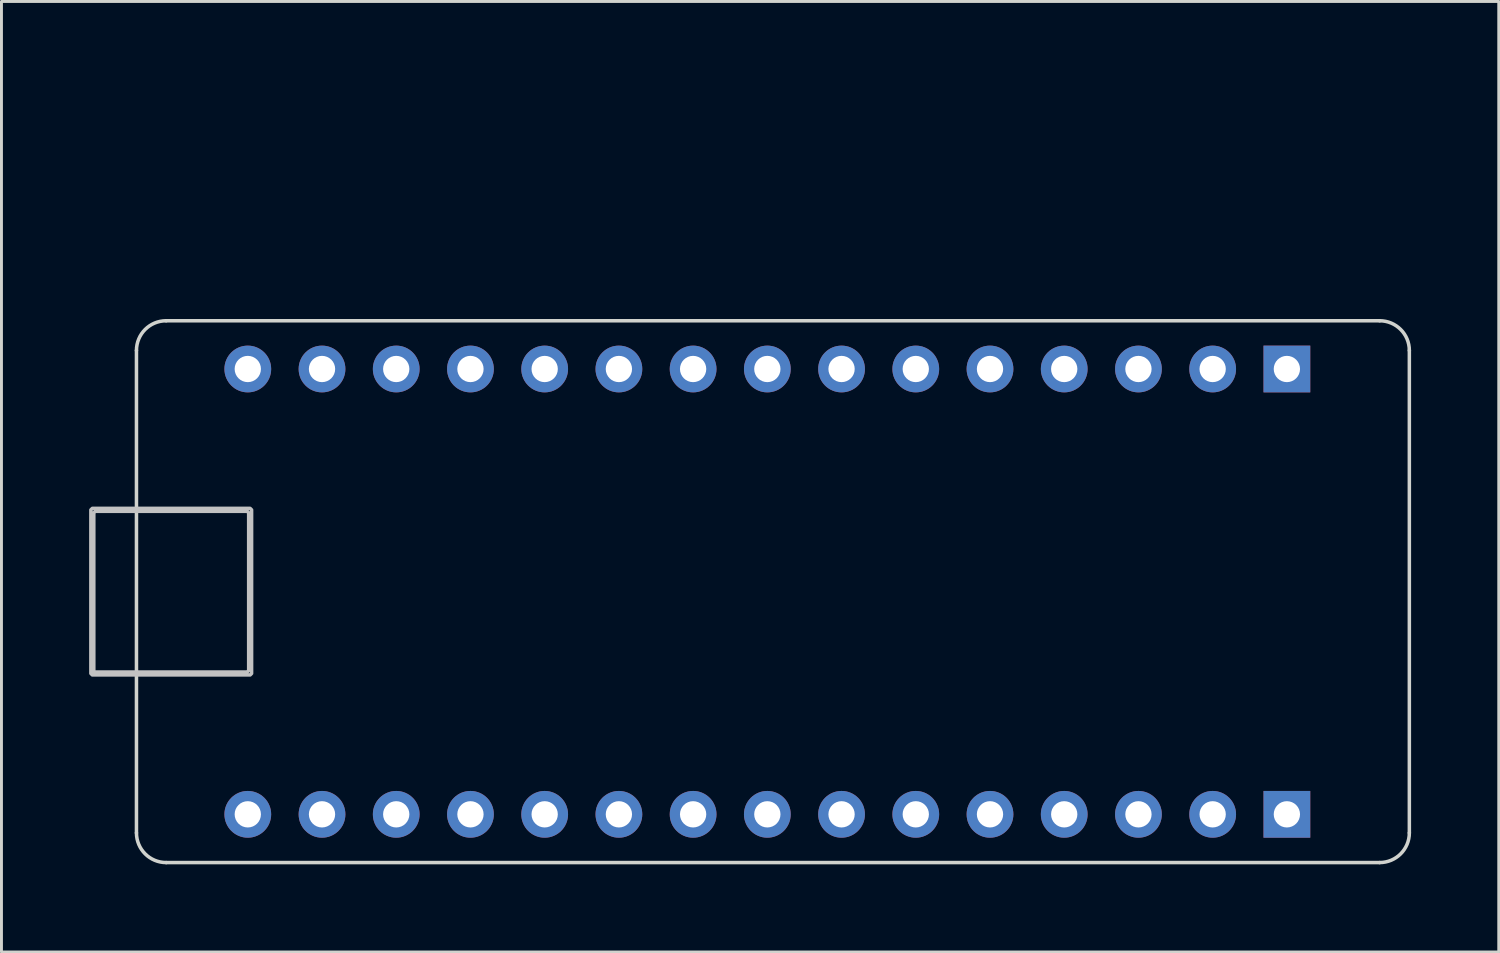
<source format=kicad_pcb>
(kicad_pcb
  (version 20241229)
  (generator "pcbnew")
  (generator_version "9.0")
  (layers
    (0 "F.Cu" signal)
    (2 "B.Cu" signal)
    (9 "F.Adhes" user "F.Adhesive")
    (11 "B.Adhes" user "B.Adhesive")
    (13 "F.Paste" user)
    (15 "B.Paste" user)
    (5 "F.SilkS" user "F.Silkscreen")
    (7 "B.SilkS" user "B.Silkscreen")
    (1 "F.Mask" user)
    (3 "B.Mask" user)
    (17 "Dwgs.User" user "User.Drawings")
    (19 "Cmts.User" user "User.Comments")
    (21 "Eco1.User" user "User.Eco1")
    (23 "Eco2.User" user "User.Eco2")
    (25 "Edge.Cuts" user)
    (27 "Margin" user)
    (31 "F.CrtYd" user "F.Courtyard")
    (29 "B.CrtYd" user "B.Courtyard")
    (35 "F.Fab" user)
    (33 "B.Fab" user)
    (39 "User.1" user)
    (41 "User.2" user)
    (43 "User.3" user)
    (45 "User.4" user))
  (footprint "Arduino Nano"
    (layer "F.Cu")
    (at 1.62 26.088)
    (property "Reference" "Arduino Nano" (at 19.98 -25.24 0) (layer "Eco2.User") (effects (font (size 1 1) (thickness 0.15)) (justify left)))
    (attr through_hole)
    (fp_poly (pts (xy -0.06 -11.74) (xy -1.51 -11.74) (xy -1.56 -11.69) (xy -1.56 -6.09) (xy -1.51 -6.04) (xy 3.89 -6.04) (xy 3.94 -6.09) (xy 3.94 -11.69) (xy 3.89 -11.74) (xy -0.01 -11.74) (xy -0.01 -11.64) (xy 3.79 -11.64) (xy 3.84 -11.59) (xy 3.84 -6.19) (xy 3.79 -6.14) (xy -1.46 -6.14) (xy -1.46 -11.59) (xy -1.41 -11.64) (xy -0.06 -11.64)) (stroke (width 0.12) (type solid)) (fill no) (layer "Dwgs.User"))
    (fp_line (start 2.54 -17.145) (end 2.54 -15.875) (stroke (width 0.152) (type solid)) (layer "Eco1.User"))
    (fp_line (start 2.54 -15.875) (end 3.175 -15.24) (stroke (width 0.152) (type solid)) (layer "Eco1.User"))
    (fp_line (start 2.54 -1.905) (end 2.54 -0.635) (stroke (width 0.152) (type solid)) (layer "Eco1.User"))
    (fp_line (start 2.54 -1.905) (end 2.54 -0.635) (stroke (width 0.152) (type solid)) (layer "Eco1.User"))
    (fp_line (start 2.54 -0.635) (end 3.175 0) (stroke (width 0.152) (type solid)) (layer "Eco1.User"))
    (fp_line (start 2.54 -0.635) (end 3.175 0) (stroke (width 0.152) (type solid)) (layer "Eco1.User"))
    (fp_line (start 3.175 -17.78) (end 2.54 -17.145) (stroke (width 0.152) (type solid)) (layer "Eco1.User"))
    (fp_line (start 3.175 -15.24) (end 4.445 -15.24) (stroke (width 0.152) (type solid)) (layer "Eco1.User"))
    (fp_line (start 3.175 -2.54) (end 2.54 -1.905) (stroke (width 0.152) (type solid)) (layer "Eco1.User"))
    (fp_line (start 3.175 -2.54) (end 2.54 -1.905) (stroke (width 0.152) (type solid)) (layer "Eco1.User"))
    (fp_line (start 3.175 0) (end 4.445 0) (stroke (width 0.152) (type solid)) (layer "Eco1.User"))
    (fp_line (start 4.445 -17.78) (end 3.175 -17.78) (stroke (width 0.152) (type solid)) (layer "Eco1.User"))
    (fp_line (start 4.445 -15.24) (end 5.08 -15.875) (stroke (width 0.152) (type solid)) (layer "Eco1.User"))
    (fp_line (start 4.445 -2.54) (end 3.175 -2.54) (stroke (width 0.152) (type solid)) (layer "Eco1.User"))
    (fp_line (start 4.445 0) (end 5.08 -0.635) (stroke (width 0.152) (type solid)) (layer "Eco1.User"))
    (fp_line (start 5.08 -17.145) (end 4.445 -17.78) (stroke (width 0.152) (type solid)) (layer "Eco1.User"))
    (fp_line (start 5.08 -15.875) (end 5.715 -15.24) (stroke (width 0.152) (type solid)) (layer "Eco1.User"))
    (fp_line (start 5.08 -1.905) (end 4.445 -2.54) (stroke (width 0.152) (type solid)) (layer "Eco1.User"))
    (fp_line (start 5.08 -1.905) (end 4.445 -2.54) (stroke (width 0.152) (type solid)) (layer "Eco1.User"))
    (fp_line (start 5.08 -0.635) (end 5.715 0) (stroke (width 0.152) (type solid)) (layer "Eco1.User"))
    (fp_line (start 5.715 -17.78) (end 5.08 -17.145) (stroke (width 0.152) (type solid)) (layer "Eco1.User"))
    (fp_line (start 5.715 -15.24) (end 6.985 -15.24) (stroke (width 0.152) (type solid)) (layer "Eco1.User"))
    (fp_line (start 5.715 -2.54) (end 5.08 -1.905) (stroke (width 0.152) (type solid)) (layer "Eco1.User"))
    (fp_line (start 5.715 -2.54) (end 5.08 -1.905) (stroke (width 0.152) (type solid)) (layer "Eco1.User"))
    (fp_line (start 5.715 0) (end 6.985 0) (stroke (width 0.152) (type solid)) (layer "Eco1.User"))
    (fp_line (start 6.985 -17.78) (end 5.715 -17.78) (stroke (width 0.152) (type solid)) (layer "Eco1.User"))
    (fp_line (start 6.985 -15.24) (end 7.62 -15.875) (stroke (width 0.152) (type solid)) (layer "Eco1.User"))
    (fp_line (start 6.985 -2.54) (end 5.715 -2.54) (stroke (width 0.152) (type solid)) (layer "Eco1.User"))
    (fp_line (start 6.985 0) (end 7.62 -0.635) (stroke (width 0.152) (type solid)) (layer "Eco1.User"))
    (fp_line (start 7.62 -17.145) (end 6.985 -17.78) (stroke (width 0.152) (type solid)) (layer "Eco1.User"))
    (fp_line (start 7.62 -15.875) (end 8.255 -15.24) (stroke (width 0.152) (type solid)) (layer "Eco1.User"))
    (fp_line (start 7.62 -1.905) (end 6.985 -2.54) (stroke (width 0.152) (type solid)) (layer "Eco1.User"))
    (fp_line (start 7.62 -1.905) (end 6.985 -2.54) (stroke (width 0.152) (type solid)) (layer "Eco1.User"))
    (fp_line (start 7.62 -0.635) (end 8.255 0) (stroke (width 0.152) (type solid)) (layer "Eco1.User"))
    (fp_line (start 8.255 -17.78) (end 7.62 -17.145) (stroke (width 0.152) (type solid)) (layer "Eco1.User"))
    (fp_line (start 8.255 -15.24) (end 9.525 -15.24) (stroke (width 0.152) (type solid)) (layer "Eco1.User"))
    (fp_line (start 8.255 -2.54) (end 7.62 -1.905) (stroke (width 0.152) (type solid)) (layer "Eco1.User"))
    (fp_line (start 8.255 -2.54) (end 7.62 -1.905) (stroke (width 0.152) (type solid)) (layer "Eco1.User"))
    (fp_line (start 8.255 0) (end 9.525 0) (stroke (width 0.152) (type solid)) (layer "Eco1.User"))
    (fp_line (start 9.525 -17.78) (end 8.255 -17.78) (stroke (width 0.152) (type solid)) (layer "Eco1.User"))
    (fp_line (start 9.525 -15.24) (end 10.161 -15.875) (stroke (width 0.152) (type solid)) (layer "Eco1.User"))
    (fp_line (start 9.525 -2.54) (end 8.255 -2.54) (stroke (width 0.152) (type solid)) (layer "Eco1.User"))
    (fp_line (start 9.525 0) (end 10.16 -0.635) (stroke (width 0.152) (type solid)) (layer "Eco1.User"))
    (fp_line (start 10.16 -1.905) (end 9.525 -2.54) (stroke (width 0.152) (type solid)) (layer "Eco1.User"))
    (fp_line (start 10.16 -1.905) (end 9.525 -2.54) (stroke (width 0.152) (type solid)) (layer "Eco1.User"))
    (fp_line (start 10.16 -0.635) (end 10.794 0) (stroke (width 0.152) (type solid)) (layer "Eco1.User"))
    (fp_line (start 10.161 -17.145) (end 9.525 -17.78) (stroke (width 0.152) (type solid)) (layer "Eco1.User"))
    (fp_line (start 10.161 -15.875) (end 10.796 -15.24) (stroke (width 0.152) (type solid)) (layer "Eco1.User"))
    (fp_line (start 10.794 -2.54) (end 10.16 -1.905) (stroke (width 0.152) (type solid)) (layer "Eco1.User"))
    (fp_line (start 10.794 -2.54) (end 10.16 -1.905) (stroke (width 0.152) (type solid)) (layer "Eco1.User"))
    (fp_line (start 10.795 0) (end 12.065 0) (stroke (width 0.152) (type solid)) (layer "Eco1.User"))
    (fp_line (start 10.796 -17.78) (end 10.161 -17.145) (stroke (width 0.152) (type solid)) (layer "Eco1.User"))
    (fp_line (start 10.796 -15.24) (end 12.066 -15.24) (stroke (width 0.152) (type solid)) (layer "Eco1.User"))
    (fp_line (start 12.064 -2.54) (end 10.794 -2.54) (stroke (width 0.152) (type solid)) (layer "Eco1.User"))
    (fp_line (start 12.064 0) (end 12.699 -0.635) (stroke (width 0.152) (type solid)) (layer "Eco1.User"))
    (fp_line (start 12.065 -17.78) (end 10.795 -17.78) (stroke (width 0.152) (type solid)) (layer "Eco1.User"))
    (fp_line (start 12.066 -15.24) (end 12.701 -15.875) (stroke (width 0.152) (type solid)) (layer "Eco1.User"))
    (fp_line (start 12.699 -1.905) (end 12.064 -2.54) (stroke (width 0.152) (type solid)) (layer "Eco1.User"))
    (fp_line (start 12.699 -1.905) (end 12.064 -2.54) (stroke (width 0.152) (type solid)) (layer "Eco1.User"))
    (fp_line (start 12.699 -0.635) (end 13.334 0) (stroke (width 0.152) (type solid)) (layer "Eco1.User"))
    (fp_line (start 12.701 -17.145) (end 12.066 -17.78) (stroke (width 0.152) (type solid)) (layer "Eco1.User"))
    (fp_line (start 12.701 -15.875) (end 13.336 -15.24) (stroke (width 0.152) (type solid)) (layer "Eco1.User"))
    (fp_line (start 13.334 -2.54) (end 12.699 -1.905) (stroke (width 0.152) (type solid)) (layer "Eco1.User"))
    (fp_line (start 13.334 -2.54) (end 12.699 -1.905) (stroke (width 0.152) (type solid)) (layer "Eco1.User"))
    (fp_line (start 13.335 0) (end 14.605 0) (stroke (width 0.152) (type solid)) (layer "Eco1.User"))
    (fp_line (start 13.336 -17.78) (end 12.701 -17.145) (stroke (width 0.152) (type solid)) (layer "Eco1.User"))
    (fp_line (start 13.336 -15.24) (end 14.606 -15.24) (stroke (width 0.152) (type solid)) (layer "Eco1.User"))
    (fp_line (start 14.604 -2.54) (end 13.334 -2.54) (stroke (width 0.152) (type solid)) (layer "Eco1.User"))
    (fp_line (start 14.604 0) (end 15.239 -0.635) (stroke (width 0.152) (type solid)) (layer "Eco1.User"))
    (fp_line (start 14.605 -17.78) (end 13.335 -17.78) (stroke (width 0.152) (type solid)) (layer "Eco1.User"))
    (fp_line (start 14.606 -15.24) (end 15.241 -15.875) (stroke (width 0.152) (type solid)) (layer "Eco1.User"))
    (fp_line (start 15.239 -1.905) (end 14.604 -2.54) (stroke (width 0.152) (type solid)) (layer "Eco1.User"))
    (fp_line (start 15.239 -1.905) (end 14.604 -2.54) (stroke (width 0.152) (type solid)) (layer "Eco1.User"))
    (fp_line (start 15.239 -0.635) (end 15.874 0) (stroke (width 0.152) (type solid)) (layer "Eco1.User"))
    (fp_line (start 15.241 -17.145) (end 14.606 -17.78) (stroke (width 0.152) (type solid)) (layer "Eco1.User"))
    (fp_line (start 15.241 -15.875) (end 15.876 -15.24) (stroke (width 0.152) (type solid)) (layer "Eco1.User"))
    (fp_line (start 15.874 -2.54) (end 15.239 -1.905) (stroke (width 0.152) (type solid)) (layer "Eco1.User"))
    (fp_line (start 15.874 -2.54) (end 15.239 -1.905) (stroke (width 0.152) (type solid)) (layer "Eco1.User"))
    (fp_line (start 15.875 0) (end 17.145 0) (stroke (width 0.152) (type solid)) (layer "Eco1.User"))
    (fp_line (start 15.876 -17.78) (end 15.241 -17.145) (stroke (width 0.152) (type solid)) (layer "Eco1.User"))
    (fp_line (start 15.876 -15.24) (end 17.146 -15.24) (stroke (width 0.152) (type solid)) (layer "Eco1.User"))
    (fp_line (start 17.144 -2.54) (end 15.874 -2.54) (stroke (width 0.152) (type solid)) (layer "Eco1.User"))
    (fp_line (start 17.144 0) (end 17.779 -0.635) (stroke (width 0.152) (type solid)) (layer "Eco1.User"))
    (fp_line (start 17.145 -17.78) (end 15.875 -17.78) (stroke (width 0.152) (type solid)) (layer "Eco1.User"))
    (fp_line (start 17.146 -15.24) (end 17.781 -15.875) (stroke (width 0.152) (type solid)) (layer "Eco1.User"))
    (fp_line (start 17.779 -1.905) (end 17.144 -2.54) (stroke (width 0.152) (type solid)) (layer "Eco1.User"))
    (fp_line (start 17.779 -1.905) (end 17.144 -2.54) (stroke (width 0.152) (type solid)) (layer "Eco1.User"))
    (fp_line (start 17.779 -0.635) (end 18.414 0) (stroke (width 0.152) (type solid)) (layer "Eco1.User"))
    (fp_line (start 17.78 -17.145) (end 17.145 -17.78) (stroke (width 0.152) (type solid)) (layer "Eco1.User"))
    (fp_line (start 17.781 -15.875) (end 18.416 -15.24) (stroke (width 0.152) (type solid)) (layer "Eco1.User"))
    (fp_line (start 18.414 -2.54) (end 17.779 -1.905) (stroke (width 0.152) (type solid)) (layer "Eco1.User"))
    (fp_line (start 18.414 -2.54) (end 17.779 -1.905) (stroke (width 0.152) (type solid)) (layer "Eco1.User"))
    (fp_line (start 18.415 -17.78) (end 17.78 -17.145) (stroke (width 0.152) (type solid)) (layer "Eco1.User"))
    (fp_line (start 18.415 0) (end 19.685 0) (stroke (width 0.152) (type solid)) (layer "Eco1.User"))
    (fp_line (start 18.416 -15.24) (end 19.686 -15.24) (stroke (width 0.152) (type solid)) (layer "Eco1.User"))
    (fp_line (start 19.684 -2.54) (end 18.414 -2.54) (stroke (width 0.152) (type solid)) (layer "Eco1.User"))
    (fp_line (start 19.684 0) (end 20.319 -0.635) (stroke (width 0.152) (type solid)) (layer "Eco1.User"))
    (fp_line (start 19.685 -17.78) (end 18.415 -17.78) (stroke (width 0.152) (type solid)) (layer "Eco1.User"))
    (fp_line (start 19.686 -15.24) (end 20.321 -15.875) (stroke (width 0.152) (type solid)) (layer "Eco1.User"))
    (fp_line (start 20.319 -1.905) (end 19.684 -2.54) (stroke (width 0.152) (type solid)) (layer "Eco1.User"))
    (fp_line (start 20.319 -1.905) (end 19.684 -2.54) (stroke (width 0.152) (type solid)) (layer "Eco1.User"))
    (fp_line (start 20.319 -0.635) (end 20.954 0) (stroke (width 0.152) (type solid)) (layer "Eco1.User"))
    (fp_line (start 20.321 -17.145) (end 19.686 -17.78) (stroke (width 0.152) (type solid)) (layer "Eco1.User"))
    (fp_line (start 20.321 -15.875) (end 20.956 -15.24) (stroke (width 0.152) (type solid)) (layer "Eco1.User"))
    (fp_line (start 20.954 -2.54) (end 20.319 -1.905) (stroke (width 0.152) (type solid)) (layer "Eco1.User"))
    (fp_line (start 20.954 -2.54) (end 20.319 -1.905) (stroke (width 0.152) (type solid)) (layer "Eco1.User"))
    (fp_line (start 20.955 0) (end 22.225 0) (stroke (width 0.152) (type solid)) (layer "Eco1.User"))
    (fp_line (start 20.956 -17.78) (end 20.321 -17.145) (stroke (width 0.152) (type solid)) (layer "Eco1.User"))
    (fp_line (start 20.956 -15.24) (end 22.226 -15.24) (stroke (width 0.152) (type solid)) (layer "Eco1.User"))
    (fp_line (start 22.224 -2.54) (end 20.954 -2.54) (stroke (width 0.152) (type solid)) (layer "Eco1.User"))
    (fp_line (start 22.224 0) (end 22.859 -0.635) (stroke (width 0.152) (type solid)) (layer "Eco1.User"))
    (fp_line (start 22.225 -17.78) (end 20.955 -17.78) (stroke (width 0.152) (type solid)) (layer "Eco1.User"))
    (fp_line (start 22.226 -15.24) (end 22.861 -15.875) (stroke (width 0.152) (type solid)) (layer "Eco1.User"))
    (fp_line (start 22.859 -1.905) (end 22.224 -2.54) (stroke (width 0.152) (type solid)) (layer "Eco1.User"))
    (fp_line (start 22.859 -1.905) (end 22.224 -2.54) (stroke (width 0.152) (type solid)) (layer "Eco1.User"))
    (fp_line (start 22.859 -0.635) (end 23.494 0) (stroke (width 0.152) (type solid)) (layer "Eco1.User"))
    (fp_line (start 22.861 -17.145) (end 22.226 -17.78) (stroke (width 0.152) (type solid)) (layer "Eco1.User"))
    (fp_line (start 22.861 -15.875) (end 23.496 -15.24) (stroke (width 0.152) (type solid)) (layer "Eco1.User"))
    (fp_line (start 23.494 -2.54) (end 22.859 -1.905) (stroke (width 0.152) (type solid)) (layer "Eco1.User"))
    (fp_line (start 23.494 -2.54) (end 22.859 -1.905) (stroke (width 0.152) (type solid)) (layer "Eco1.User"))
    (fp_line (start 23.495 0) (end 24.765 0) (stroke (width 0.152) (type solid)) (layer "Eco1.User"))
    (fp_line (start 23.496 -17.78) (end 22.861 -17.145) (stroke (width 0.152) (type solid)) (layer "Eco1.User"))
    (fp_line (start 23.496 -15.24) (end 24.766 -15.24) (stroke (width 0.152) (type solid)) (layer "Eco1.User"))
    (fp_line (start 24.764 -2.54) (end 23.494 -2.54) (stroke (width 0.152) (type solid)) (layer "Eco1.User"))
    (fp_line (start 24.765 -17.78) (end 23.495 -17.78) (stroke (width 0.152) (type solid)) (layer "Eco1.User"))
    (fp_line (start 24.765 -0.001) (end 25.4 -0.636) (stroke (width 0.152) (type solid)) (layer "Eco1.User"))
    (fp_line (start 24.766 -15.24) (end 25.401 -15.875) (stroke (width 0.152) (type solid)) (layer "Eco1.User"))
    (fp_line (start 25.399 -1.905) (end 24.764 -2.54) (stroke (width 0.152) (type solid)) (layer "Eco1.User"))
    (fp_line (start 25.399 -1.905) (end 24.764 -2.54) (stroke (width 0.152) (type solid)) (layer "Eco1.User"))
    (fp_line (start 25.4 -0.636) (end 26.035 -0.001) (stroke (width 0.152) (type solid)) (layer "Eco1.User"))
    (fp_line (start 25.401 -17.145) (end 24.766 -17.78) (stroke (width 0.152) (type solid)) (layer "Eco1.User"))
    (fp_line (start 25.401 -15.875) (end 26.036 -15.24) (stroke (width 0.152) (type solid)) (layer "Eco1.User"))
    (fp_line (start 26.034 -2.54) (end 25.399 -1.905) (stroke (width 0.152) (type solid)) (layer "Eco1.User"))
    (fp_line (start 26.034 -2.54) (end 25.399 -1.905) (stroke (width 0.152) (type solid)) (layer "Eco1.User"))
    (fp_line (start 26.035 0) (end 27.305 0) (stroke (width 0.152) (type solid)) (layer "Eco1.User"))
    (fp_line (start 26.036 -17.78) (end 25.401 -17.145) (stroke (width 0.152) (type solid)) (layer "Eco1.User"))
    (fp_line (start 26.036 -15.24) (end 27.306 -15.24) (stroke (width 0.152) (type solid)) (layer "Eco1.User"))
    (fp_line (start 27.304 -2.54) (end 26.034 -2.54) (stroke (width 0.152) (type solid)) (layer "Eco1.User"))
    (fp_line (start 27.304 0) (end 27.939 -0.635) (stroke (width 0.152) (type solid)) (layer "Eco1.User"))
    (fp_line (start 27.305 -17.78) (end 26.035 -17.78) (stroke (width 0.152) (type solid)) (layer "Eco1.User"))
    (fp_line (start 27.306 -15.24) (end 27.941 -15.875) (stroke (width 0.152) (type solid)) (layer "Eco1.User"))
    (fp_line (start 27.939 -1.905) (end 27.304 -2.54) (stroke (width 0.152) (type solid)) (layer "Eco1.User"))
    (fp_line (start 27.939 -1.905) (end 27.304 -2.54) (stroke (width 0.152) (type solid)) (layer "Eco1.User"))
    (fp_line (start 27.939 -0.635) (end 28.574 0) (stroke (width 0.152) (type solid)) (layer "Eco1.User"))
    (fp_line (start 27.941 -17.145) (end 27.306 -17.78) (stroke (width 0.152) (type solid)) (layer "Eco1.User"))
    (fp_line (start 27.941 -15.875) (end 28.576 -15.24) (stroke (width 0.152) (type solid)) (layer "Eco1.User"))
    (fp_line (start 28.574 -2.54) (end 27.939 -1.905) (stroke (width 0.152) (type solid)) (layer "Eco1.User"))
    (fp_line (start 28.574 -2.54) (end 27.939 -1.905) (stroke (width 0.152) (type solid)) (layer "Eco1.User"))
    (fp_line (start 28.575 0) (end 29.845 0) (stroke (width 0.152) (type solid)) (layer "Eco1.User"))
    (fp_line (start 28.576 -17.78) (end 27.941 -17.145) (stroke (width 0.152) (type solid)) (layer "Eco1.User"))
    (fp_line (start 28.576 -15.24) (end 29.846 -15.24) (stroke (width 0.152) (type solid)) (layer "Eco1.User"))
    (fp_line (start 29.844 -2.54) (end 28.574 -2.54) (stroke (width 0.152) (type solid)) (layer "Eco1.User"))
    (fp_line (start 29.844 0) (end 30.479 -0.635) (stroke (width 0.152) (type solid)) (layer "Eco1.User"))
    (fp_line (start 29.845 -17.78) (end 28.575 -17.78) (stroke (width 0.152) (type solid)) (layer "Eco1.User"))
    (fp_line (start 29.846 -15.24) (end 30.481 -15.875) (stroke (width 0.152) (type solid)) (layer "Eco1.User"))
    (fp_line (start 30.479 -1.905) (end 29.844 -2.54) (stroke (width 0.152) (type solid)) (layer "Eco1.User"))
    (fp_line (start 30.479 -1.905) (end 29.844 -2.54) (stroke (width 0.152) (type solid)) (layer "Eco1.User"))
    (fp_line (start 30.479 -0.635) (end 31.114 0) (stroke (width 0.152) (type solid)) (layer "Eco1.User"))
    (fp_line (start 30.481 -17.145) (end 29.846 -17.78) (stroke (width 0.152) (type solid)) (layer "Eco1.User"))
    (fp_line (start 30.481 -15.875) (end 31.116 -15.24) (stroke (width 0.152) (type solid)) (layer "Eco1.User"))
    (fp_line (start 31.114 -2.54) (end 30.479 -1.905) (stroke (width 0.152) (type solid)) (layer "Eco1.User"))
    (fp_line (start 31.114 -2.54) (end 30.479 -1.905) (stroke (width 0.152) (type solid)) (layer "Eco1.User"))
    (fp_line (start 31.115 0) (end 32.385 0) (stroke (width 0.152) (type solid)) (layer "Eco1.User"))
    (fp_line (start 31.116 -17.78) (end 30.481 -17.145) (stroke (width 0.152) (type solid)) (layer "Eco1.User"))
    (fp_line (start 31.116 -15.24) (end 32.386 -15.24) (stroke (width 0.152) (type solid)) (layer "Eco1.User"))
    (fp_line (start 32.384 -2.54) (end 31.114 -2.54) (stroke (width 0.152) (type solid)) (layer "Eco1.User"))
    (fp_line (start 32.384 0) (end 33.019 -0.635) (stroke (width 0.152) (type solid)) (layer "Eco1.User"))
    (fp_line (start 32.384 0) (end 33.019 -0.635) (stroke (width 0.152) (type solid)) (layer "Eco1.User"))
    (fp_line (start 32.385 -17.78) (end 31.115 -17.78) (stroke (width 0.152) (type solid)) (layer "Eco1.User"))
    (fp_line (start 32.386 -15.24) (end 33.02 -15.875) (stroke (width 0.152) (type solid)) (layer "Eco1.User"))
    (fp_line (start 33.019 -1.905) (end 32.384 -2.54) (stroke (width 0.152) (type solid)) (layer "Eco1.User"))
    (fp_line (start 33.019 -1.905) (end 32.384 -2.54) (stroke (width 0.152) (type solid)) (layer "Eco1.User"))
    (fp_line (start 33.019 -0.635) (end 33.655 0) (stroke (width 0.152) (type solid)) (layer "Eco1.User"))
    (fp_line (start 33.019 -0.635) (end 33.655 0) (stroke (width 0.152) (type solid)) (layer "Eco1.User"))
    (fp_line (start 33.02 -17.145) (end 32.386 -17.78) (stroke (width 0.152) (type solid)) (layer "Eco1.User"))
    (fp_line (start 33.02 -15.875) (end 33.655 -15.24) (stroke (width 0.152) (type solid)) (layer "Eco1.User"))
    (fp_line (start 33.655 -17.78) (end 33.02 -17.145) (stroke (width 0.152) (type solid)) (layer "Eco1.User"))
    (fp_line (start 33.655 -15.24) (end 34.925 -15.24) (stroke (width 0.152) (type solid)) (layer "Eco1.User"))
    (fp_line (start 33.655 -2.54) (end 33.019 -1.905) (stroke (width 0.152) (type solid)) (layer "Eco1.User"))
    (fp_line (start 33.655 -2.54) (end 33.019 -1.905) (stroke (width 0.152) (type solid)) (layer "Eco1.User"))
    (fp_line (start 33.655 0) (end 34.925 0) (stroke (width 0.152) (type solid)) (layer "Eco1.User"))
    (fp_line (start 34.925 -17.78) (end 33.655 -17.78) (stroke (width 0.152) (type solid)) (layer "Eco1.User"))
    (fp_line (start 34.925 -15.24) (end 35.56 -15.875) (stroke (width 0.152) (type solid)) (layer "Eco1.User"))
    (fp_line (start 34.925 -2.54) (end 33.655 -2.54) (stroke (width 0.152) (type solid)) (layer "Eco1.User"))
    (fp_line (start 34.925 0) (end 35.56 -0.635) (stroke (width 0.152) (type solid)) (layer "Eco1.User"))
    (fp_line (start 34.925 0) (end 35.56 -0.635) (stroke (width 0.152) (type solid)) (layer "Eco1.User"))
    (fp_line (start 35.56 -17.145) (end 34.925 -17.78) (stroke (width 0.152) (type solid)) (layer "Eco1.User"))
    (fp_line (start 35.56 -15.875) (end 36.195 -15.24) (stroke (width 0.152) (type solid)) (layer "Eco1.User"))
    (fp_line (start 35.56 -1.905) (end 34.925 -2.54) (stroke (width 0.152) (type solid)) (layer "Eco1.User"))
    (fp_line (start 35.56 -1.905) (end 34.925 -2.54) (stroke (width 0.152) (type solid)) (layer "Eco1.User"))
    (fp_line (start 35.56 -0.635) (end 36.195 0) (stroke (width 0.152) (type solid)) (layer "Eco1.User"))
    (fp_line (start 35.56 -0.635) (end 36.195 0) (stroke (width 0.152) (type solid)) (layer "Eco1.User"))
    (fp_line (start 36.195 -17.78) (end 35.56 -17.145) (stroke (width 0.152) (type solid)) (layer "Eco1.User"))
    (fp_line (start 36.195 -15.24) (end 37.465 -15.24) (stroke (width 0.152) (type solid)) (layer "Eco1.User"))
    (fp_line (start 36.195 -2.54) (end 35.56 -1.905) (stroke (width 0.152) (type solid)) (layer "Eco1.User"))
    (fp_line (start 36.195 -2.54) (end 35.56 -1.905) (stroke (width 0.152) (type solid)) (layer "Eco1.User"))
    (fp_line (start 36.195 0) (end 37.465 0) (stroke (width 0.152) (type solid)) (layer "Eco1.User"))
    (fp_line (start 37.465 -17.78) (end 36.195 -17.78) (stroke (width 0.152) (type solid)) (layer "Eco1.User"))
    (fp_line (start 37.465 -15.24) (end 38.1 -15.875) (stroke (width 0.152) (type solid)) (layer "Eco1.User"))
    (fp_line (start 37.465 -2.54) (end 36.195 -2.54) (stroke (width 0.152) (type solid)) (layer "Eco1.User"))
    (fp_line (start 37.465 0) (end 38.1 -0.635) (stroke (width 0.152) (type solid)) (layer "Eco1.User"))
    (fp_line (start 37.465 0) (end 38.1 -0.635) (stroke (width 0.152) (type solid)) (layer "Eco1.User"))
    (fp_line (start 38.1 -17.145) (end 37.465 -17.78) (stroke (width 0.152) (type solid)) (layer "Eco1.User"))
    (fp_line (start 38.1 -15.875) (end 38.735 -15.24) (stroke (width 0.152) (type solid)) (layer "Eco1.User"))
    (fp_line (start 38.1 -1.905) (end 37.465 -2.54) (stroke (width 0.152) (type solid)) (layer "Eco1.User"))
    (fp_line (start 38.1 -1.905) (end 37.465 -2.54) (stroke (width 0.152) (type solid)) (layer "Eco1.User"))
    (fp_line (start 38.1 -0.635) (end 38.735 0) (stroke (width 0.152) (type solid)) (layer "Eco1.User"))
    (fp_line (start 38.1 -0.635) (end 38.735 0) (stroke (width 0.152) (type solid)) (layer "Eco1.User"))
    (fp_line (start 38.735 -17.78) (end 38.1 -17.145) (stroke (width 0.152) (type solid)) (layer "Eco1.User"))
    (fp_line (start 38.735 -15.24) (end 40.005 -15.24) (stroke (width 0.152) (type solid)) (layer "Eco1.User"))
    (fp_line (start 38.735 -2.54) (end 38.1 -1.905) (stroke (width 0.152) (type solid)) (layer "Eco1.User"))
    (fp_line (start 38.735 -2.54) (end 38.1 -1.905) (stroke (width 0.152) (type solid)) (layer "Eco1.User"))
    (fp_line (start 38.735 0) (end 40.005 0) (stroke (width 0.152) (type solid)) (layer "Eco1.User"))
    (fp_line (start 40.005 -17.78) (end 38.735 -17.78) (stroke (width 0.152) (type solid)) (layer "Eco1.User"))
    (fp_line (start 40.005 -15.24) (end 40.64 -15.875) (stroke (width 0.152) (type solid)) (layer "Eco1.User"))
    (fp_line (start 40.005 -2.54) (end 38.735 -2.54) (stroke (width 0.152) (type solid)) (layer "Eco1.User"))
    (fp_line (start 40.005 0) (end 40.64 -0.635) (stroke (width 0.152) (type solid)) (layer "Eco1.User"))
    (fp_line (start 40.005 0) (end 40.64 -0.635) (stroke (width 0.152) (type solid)) (layer "Eco1.User"))
    (fp_line (start 40.64 -17.145) (end 40.005 -17.78) (stroke (width 0.152) (type solid)) (layer "Eco1.User"))
    (fp_line (start 40.64 -15.875) (end 40.64 -17.145) (stroke (width 0.152) (type solid)) (layer "Eco1.User"))
    (fp_line (start 40.64 -1.905) (end 40.005 -2.54) (stroke (width 0.152) (type solid)) (layer "Eco1.User"))
    (fp_line (start 40.64 -1.905) (end 40.005 -2.54) (stroke (width 0.152) (type solid)) (layer "Eco1.User"))
    (fp_line (start 40.64 -0.635) (end 40.64 -1.905) (stroke (width 0.152) (type solid)) (layer "Eco1.User"))
    (fp_line (start 40.64 -0.635) (end 40.64 -1.905) (stroke (width 0.152) (type solid)) (layer "Eco1.User"))
    (fp_line (start 0 -17.145) (end 0 -0.635) (stroke (width 0.12) (type solid)) (layer "Edge.Cuts"))
    (fp_line (start 1.016 -18.161) (end 42.545 -18.161) (stroke (width 0.12) (type solid)) (layer "Edge.Cuts"))
    (fp_line (start 1.016 0.381) (end 42.545 0.381) (stroke (width 0.12) (type solid)) (layer "Edge.Cuts"))
    (fp_line (start 43.561 -17.145) (end 43.561 -0.635) (stroke (width 0.12) (type solid)) (layer "Edge.Cuts"))
    (fp_arc (start 0 -17.145) (mid 0.29758 -17.86342) (end 1.016 -18.161) (stroke (width 0.12) (type solid)) (layer "Edge.Cuts"))
    (fp_arc (start 1.016 0.381) (mid 0.29758 0.08342) (end 0 -0.635) (stroke (width 0.12) (type solid)) (layer "Edge.Cuts"))
    (fp_arc (start 42.545 -18.161) (mid 43.26342 -17.86342) (end 43.561 -17.145) (stroke (width 0.12) (type solid)) (layer "Edge.Cuts"))
    (fp_arc (start 43.561 -0.635) (mid 43.26342 0.08342) (end 42.545 0.381) (stroke (width 0.12) (type solid)) (layer "Edge.Cuts"))
    (fp_text user "RST" (at 34.818 -12.88 90) (layer "Eco1.User") (effects (font (size 0.75 0.75) (thickness 0.15)) (justify left)))
    (fp_text user "D4" (at 24.658 -13.771 90) (layer "Eco1.User") (effects (font (size 0.75 0.75) (thickness 0.15)) (justify left)))
    (fp_text user "REF" (at 9.438 -3.4 90) (layer "Eco1.User") (effects (font (size 0.75 0.75) (thickness 0.15)) (justify left)))
    (fp_text user "VIN" (at 39.918 -3.4 90) (layer "Eco1.User") (effects (font (size 0.75 0.75) (thickness 0.15)) (justify left)))
    (fp_text user "GND" (at 32.278 -12.834 90) (layer "Eco1.User") (effects (font (size 0.75 0.75) (thickness 0.15)) (justify left)))
    (fp_text user "A3" (at 19.598 -3.4 90) (layer "Eco1.User") (effects (font (size 0.75 0.75) (thickness 0.15)) (justify left)))
    (fp_text user "GND" (at 37.378 -3.4 90) (layer "Eco1.User") (effects (font (size 0.75 0.75) (thickness 0.15)) (justify left)))
    (fp_text user "D13" (at 4.358 -3.4 90) (layer "Eco1.User") (effects (font (size 0.75 0.75) (thickness 0.15)) (justify left)))
    (fp_text user "RST" (at 34.838 -3.4 90) (layer "Eco1.User") (effects (font (size 0.75 0.75) (thickness 0.15)) (justify left)))
    (fp_text user "D3" (at 27.198 -13.817 90) (layer "Eco1.User") (effects (font (size 0.75 0.75) (thickness 0.15)) (justify left)))
    (fp_text user "A0" (at 11.978 -3.4 90) (layer "Eco1.User") (effects (font (size 0.75 0.75) (thickness 0.15)) (justify left)))
    (fp_text user "D11" (at 6.878 -13.698 90) (layer "Eco1.User") (effects (font (size 0.75 0.75) (thickness 0.15)) (justify left)))
    (fp_text user "D12" (at 4.338 -13.289 90) (layer "Eco1.User") (effects (font (size 0.75 0.75) (thickness 0.15)) (justify left)))
    (fp_text user "A4" (at 22.138 -3.4 90) (layer "Eco1.User") (effects (font (size 0.75 0.75) (thickness 0.15)) (justify left)))
    (fp_text user "A7" (at 29.758 -3.4 90) (layer "Eco1.User") (effects (font (size 0.75 0.75) (thickness 0.15)) (justify left)))
    (fp_text user "D10" (at 9.418 -13.289 90) (layer "Eco1.User") (effects (font (size 0.75 0.75) (thickness 0.15)) (justify left)))
    (fp_text user "A1" (at 14.518 -3.4 90) (layer "Eco1.User") (effects (font (size 0.75 0.75) (thickness 0.15)) (justify left)))
    (fp_text user "D7" (at 17.038 -13.817 90) (layer "Eco1.User") (effects (font (size 0.75 0.75) (thickness 0.15)) (justify left)))
    (fp_text user "D9" (at 11.958 -13.863 90) (layer "Eco1.User") (effects (font (size 0.75 0.75) (thickness 0.15)) (justify left)))
    (fp_text user "5V" (at 32.298 -3.4 90) (layer "Eco1.User") (effects (font (size 0.75 0.75) (thickness 0.15)) (justify left)))
    (fp_text user "A2" (at 17.058 -3.4 90) (layer "Eco1.User") (effects (font (size 0.75 0.75) (thickness 0.15)) (justify left)))
    (fp_text user "RXD" (at 37.358 -12.88 90) (layer "Eco1.User") (effects (font (size 0.75 0.75) (thickness 0.15)) (justify left)))
    (fp_text user "TXD" (at 39.898 -12.88 90) (layer "Eco1.User") (effects (font (size 0.75 0.75) (thickness 0.15)) (justify left)))
    (fp_text user "D6" (at 19.578 -13.863 90) (layer "Eco1.User") (effects (font (size 0.75 0.75) (thickness 0.15)) (justify left)))
    (fp_text user "D2" (at 29.738 -13.817 90) (layer "Eco1.User") (effects (font (size 0.75 0.75) (thickness 0.15)) (justify left)))
    (fp_text user "A5" (at 24.678 -3.4 90) (layer "Eco1.User") (effects (font (size 0.75 0.75) (thickness 0.15)) (justify left)))
    (fp_text user "A6" (at 27.218 -3.4 90) (layer "Eco1.User") (effects (font (size 0.75 0.75) (thickness 0.15)) (justify left)))
    (fp_text user "D5" (at 22.118 -13.817 90) (layer "Eco1.User") (effects (font (size 0.75 0.75) (thickness 0.15)) (justify left)))
    (fp_text user "D8" (at 14.498 -13.817 90) (layer "Eco1.User") (effects (font (size 0.75 0.75) (thickness 0.15)) (justify left)))
    (fp_text user "3V3" (at 6.898 -3.4 90) (layer "Eco1.User") (effects (font (size 0.75 0.75) (thickness 0.15)) (justify left)))
    (pad "1" thru_hole rect (at 39.37 -16.51) (size 1.6 1.6) (drill 0.9) (layers "*.Cu" "*.Mask"))
    (pad "2" thru_hole circle (at 36.83 -16.51) (size 1.6 1.6) (drill 0.9) (layers "*.Cu" "*.Mask"))
    (pad "3" thru_hole circle (at 34.29 -16.51) (size 1.6 1.6) (drill 0.9) (layers "*.Cu" "*.Mask"))
    (pad "4" thru_hole circle (at 31.75 -16.51) (size 1.6 1.6) (drill 0.9) (layers "*.Cu" "*.Mask"))
    (pad "5" thru_hole circle (at 29.21 -16.51) (size 1.6 1.6) (drill 0.9) (layers "*.Cu" "*.Mask"))
    (pad "6" thru_hole circle (at 26.67 -16.51) (size 1.6 1.6) (drill 0.9) (layers "*.Cu" "*.Mask"))
    (pad "7" thru_hole circle (at 24.13 -16.51) (size 1.6 1.6) (drill 0.9) (layers "*.Cu" "*.Mask"))
    (pad "8" thru_hole circle (at 21.59 -16.51) (size 1.6 1.6) (drill 0.9) (layers "*.Cu" "*.Mask"))
    (pad "9" thru_hole circle (at 19.05 -16.51) (size 1.6 1.6) (drill 0.9) (layers "*.Cu" "*.Mask"))
    (pad "10" thru_hole circle (at 16.51 -16.51) (size 1.6 1.6) (drill 0.9) (layers "*.Cu" "*.Mask"))
    (pad "11" thru_hole circle (at 13.97 -16.51) (size 1.6 1.6) (drill 0.9) (layers "*.Cu" "*.Mask"))
    (pad "12" thru_hole circle (at 11.43 -16.51) (size 1.6 1.6) (drill 0.9) (layers "*.Cu" "*.Mask"))
    (pad "13" thru_hole circle (at 8.89 -16.51) (size 1.6 1.6) (drill 0.9) (layers "*.Cu" "*.Mask"))
    (pad "14" thru_hole circle (at 6.35 -16.51) (size 1.6 1.6) (drill 0.9) (layers "*.Cu" "*.Mask"))
    (pad "15" thru_hole circle (at 3.81 -16.51) (size 1.6 1.6) (drill 0.9) (layers "*.Cu" "*.Mask"))
    (pad "16" thru_hole circle (at 3.81 -1.27) (size 1.6 1.6) (drill 0.9) (layers "*.Cu" "*.Mask"))
    (pad "17" thru_hole circle (at 6.35 -1.27) (size 1.6 1.6) (drill 0.9) (layers "*.Cu" "*.Mask"))
    (pad "18" thru_hole circle (at 8.89 -1.27) (size 1.6 1.6) (drill 0.9) (layers "*.Cu" "*.Mask"))
    (pad "19" thru_hole circle (at 11.43 -1.27) (size 1.6 1.6) (drill 0.9) (layers "*.Cu" "*.Mask"))
    (pad "20" thru_hole circle (at 13.97 -1.27) (size 1.6 1.6) (drill 0.9) (layers "*.Cu" "*.Mask"))
    (pad "21" thru_hole circle (at 16.51 -1.27) (size 1.6 1.6) (drill 0.9) (layers "*.Cu" "*.Mask"))
    (pad "22" thru_hole circle (at 19.05 -1.27) (size 1.6 1.6) (drill 0.9) (layers "*.Cu" "*.Mask"))
    (pad "23" thru_hole circle (at 21.59 -1.27) (size 1.6 1.6) (drill 0.9) (layers "*.Cu" "*.Mask"))
    (pad "24" thru_hole circle (at 24.13 -1.27) (size 1.6 1.6) (drill 0.9) (layers "*.Cu" "*.Mask"))
    (pad "25" thru_hole circle (at 26.67 -1.27) (size 1.6 1.6) (drill 0.9) (layers "*.Cu" "*.Mask"))
    (pad "26" thru_hole circle (at 29.21 -1.27) (size 1.6 1.6) (drill 0.9) (layers "*.Cu" "*.Mask"))
    (pad "27" thru_hole circle (at 31.75 -1.27) (size 1.6 1.6) (drill 0.9) (layers "*.Cu" "*.Mask"))
    (pad "28" thru_hole circle (at 34.29 -1.27) (size 1.6 1.6) (drill 0.9) (layers "*.Cu" "*.Mask"))
    (pad "29" thru_hole circle (at 36.83 -1.27) (size 1.6 1.6) (drill 0.9) (layers "*.Cu" "*.Mask"))
    (pad "30" thru_hole rect (at 39.37 -1.27) (size 1.6 1.6) (drill 0.9) (layers "*.Cu" "*.Mask")))
  (gr_rect
    (start -3 -3)
    (end 48.241 29.529)
    (stroke (width 0.1) (type default))
    (fill no)
    (layer "Edge.Cuts")))
</source>
